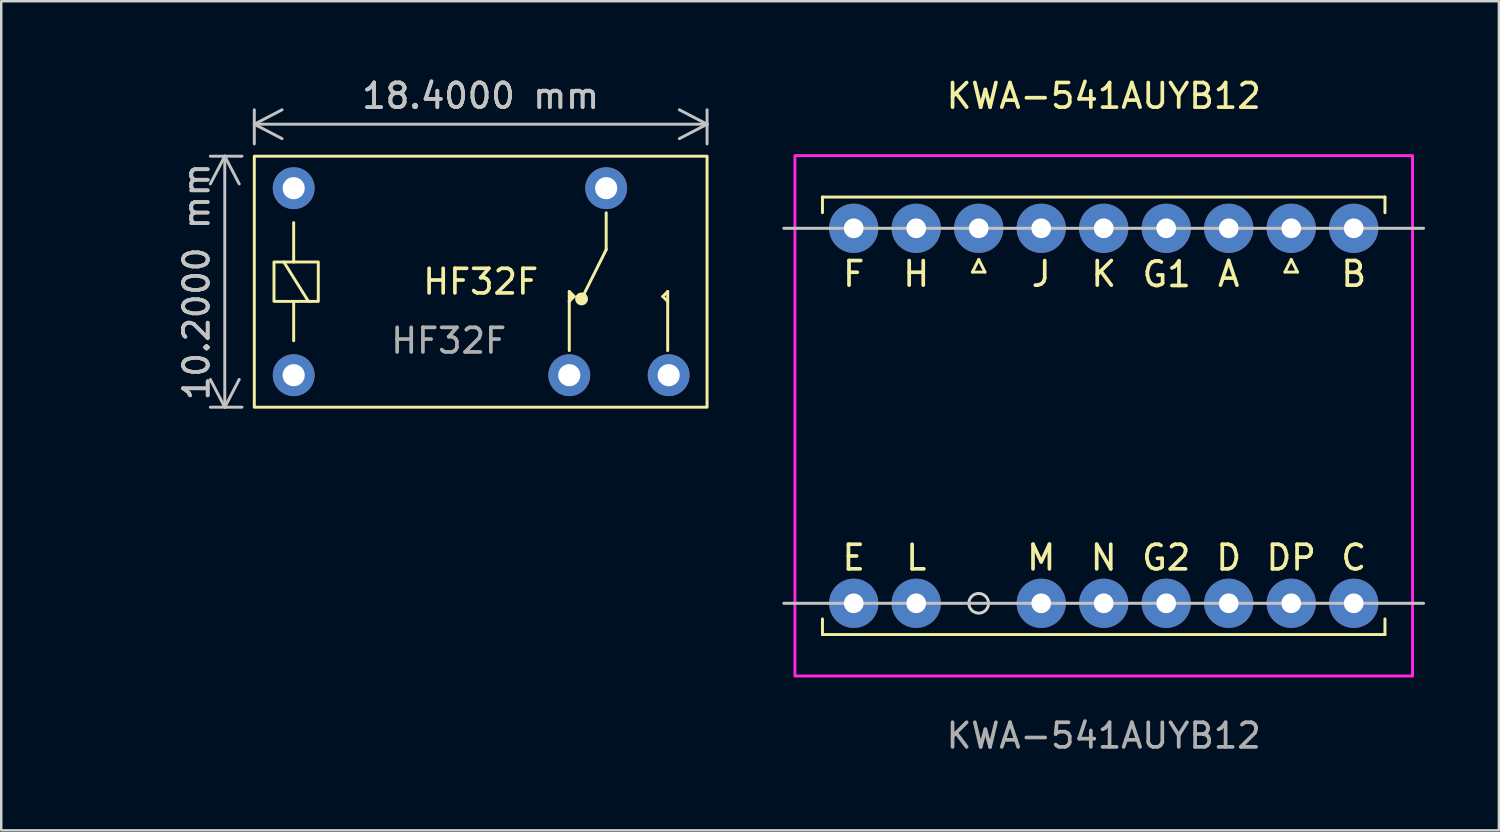
<source format=kicad_pcb>
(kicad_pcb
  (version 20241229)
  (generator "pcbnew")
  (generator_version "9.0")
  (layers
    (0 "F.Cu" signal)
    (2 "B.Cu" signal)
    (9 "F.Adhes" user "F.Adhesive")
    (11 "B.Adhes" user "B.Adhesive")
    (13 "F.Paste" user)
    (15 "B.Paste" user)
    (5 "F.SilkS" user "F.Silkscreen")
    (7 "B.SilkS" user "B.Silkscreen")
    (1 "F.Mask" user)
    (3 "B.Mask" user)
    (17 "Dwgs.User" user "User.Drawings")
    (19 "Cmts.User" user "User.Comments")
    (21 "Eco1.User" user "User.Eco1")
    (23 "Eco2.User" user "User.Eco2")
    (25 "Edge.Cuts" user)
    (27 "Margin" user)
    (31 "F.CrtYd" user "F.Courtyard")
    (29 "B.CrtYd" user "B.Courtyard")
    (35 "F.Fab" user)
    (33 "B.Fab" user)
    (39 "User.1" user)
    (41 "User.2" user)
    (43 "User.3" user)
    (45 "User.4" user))
  (footprint "HF32F"
    (layer "F.Cu")
    (at 16.485 8.398)
    (property "Reference" "HF32F" (at 0 0 0) (unlocked yes) (layer "F.SilkS") (effects (font (size 1 1) (thickness 0.15))))
    (attr through_hole)
    (fp_line (start -8 -0.8) (end -7 0.8) (stroke (width 0.12) (type default)) (layer "F.SilkS"))
    (fp_line (start -7.6 -2.4) (end -7.6 -0.8) (stroke (width 0.12) (type default)) (layer "F.SilkS"))
    (fp_line (start -7.6 0.8) (end -7.6 2.4) (stroke (width 0.12) (type default)) (layer "F.SilkS"))
    (fp_line (start 3.6 0.4) (end 3.8 0.6) (stroke (width 0.12) (type default)) (layer "F.SilkS"))
    (fp_line (start 3.6 0.8) (end 3.7 0.5) (stroke (width 0.12) (type default)) (layer "F.SilkS"))
    (fp_line (start 3.6 2.8) (end 3.6 0.4) (stroke (width 0.12) (type default)) (layer "F.SilkS"))
    (fp_line (start 3.8 0.6) (end 3.6 0.8) (stroke (width 0.12) (type default)) (layer "F.SilkS"))
    (fp_line (start 5.1 -2.8) (end 5.1 -1.3) (stroke (width 0.12) (type default)) (layer "F.SilkS"))
    (fp_line (start 5.1 -1.3) (end 4.1 0.7) (stroke (width 0.12) (type default)) (layer "F.SilkS"))
    (fp_line (start 7.4 0.6) (end 7.6 0.8) (stroke (width 0.12) (type default)) (layer "F.SilkS"))
    (fp_line (start 7.6 0.4) (end 7.4 0.6) (stroke (width 0.12) (type default)) (layer "F.SilkS"))
    (fp_line (start 7.6 2.8) (end 7.6 0.4) (stroke (width 0.12) (type default)) (layer "F.SilkS"))
    (fp_rect (start -9.2 5.1) (end 9.2 -5.1) (stroke (width 0.12) (type default)) (fill no) (layer "F.SilkS"))
    (fp_rect (start -8.4 -0.8) (end -6.6 0.8) (stroke (width 0.12) (type default)) (fill no) (layer "F.SilkS"))
    (fp_circle (center 4.1 0.7) (end 4.3 0.7) (stroke (width 0.12) (type solid)) (fill yes) (layer "F.SilkS"))
    (fp_text user "${REFERENCE}" (at -1.3 2.4 0) (unlocked yes) (layer "F.Fab") (effects (font (size 1 1) (thickness 0.15))))
    (dimension (type aligned) (layer "Dwgs.User") (pts (xy 25.685 3.298) (xy 7.285 3.298)) (height 1.3) (format (prefix "") (suffix "") (units 3) (units_format 1) (precision 4)) (style (thickness 0.12) (arrow_length 1.27) (text_position_mode 0) (arrow_direction outward) (extension_height 0.586) (extension_offset 0.5) (keep_text_aligned yes)) (gr_text "18.4000 mm" (at 16.485 0.848 0) (layer "Dwgs.User") (effects (font (size 1 1) (thickness 0.15)))))
    (dimension (type aligned) (layer "Dwgs.User") (pts (xy 7.285 3.298) (xy 7.285 13.498)) (height 1.2) (format (prefix "") (suffix "") (units 3) (units_format 1) (precision 4)) (style (thickness 0.12) (arrow_length 1.27) (text_position_mode 0) (arrow_direction outward) (extension_height 0.586) (extension_offset 0.5) (keep_text_aligned yes)) (gr_text "10.2000 mm" (at 4.935 8.398 90) (layer "Dwgs.User") (effects (font (size 1 1) (thickness 0.15)))))
    (pad "1" thru_hole circle (at 5.1 -3.8) (size 1.7 1.7) (drill 0.9) (layers "*.Cu" "*.Mask"))
    (pad "2" thru_hole circle (at 3.6 3.8) (size 1.7 1.7) (drill 0.9) (layers "*.Cu" "*.Mask"))
    (pad "3" thru_hole circle (at 7.64 3.8) (size 1.7 1.7) (drill 0.9) (layers "*.Cu" "*.Mask"))
    (pad "4" thru_hole circle (at -7.6 -3.8) (size 1.7 1.7) (drill 0.9) (layers "*.Cu" "*.Mask"))
    (pad "5" thru_hole circle (at -7.6 3.8) (size 1.7 1.7) (drill 0.9) (layers "*.Cu" "*.Mask")))
  (footprint "KWA-541AUYB12"
    (layer "F.Cu")
    (at 41.805 13.848)
    (property "Reference" "KWA-541AUYB12" (at 0 -13 0) (unlocked yes) (layer "F.SilkS") (effects (font (size 1 1) (thickness 0.15))))
    (attr through_hole)
    (fp_line (start -11.43 -8.89) (end 11.43 -8.89) (stroke (width 0.12) (type default)) (layer "F.SilkS"))
    (fp_line (start -11.43 -8.255) (end -11.43 -8.89) (stroke (width 0.12) (type default)) (layer "F.SilkS"))
    (fp_line (start -11.43 8.255) (end -11.43 8.89) (stroke (width 0.12) (type default)) (layer "F.SilkS"))
    (fp_line (start -11.43 8.89) (end 11.43 8.89) (stroke (width 0.12) (type default)) (layer "F.SilkS"))
    (fp_line (start -5.334 -5.842) (end -4.826 -5.842) (stroke (width 0.12) (type default)) (layer "F.SilkS"))
    (fp_line (start -5.08 -6.35) (end -5.334 -5.842) (stroke (width 0.12) (type default)) (layer "F.SilkS"))
    (fp_line (start -4.826 -5.842) (end -5.08 -6.35) (stroke (width 0.12) (type default)) (layer "F.SilkS"))
    (fp_line (start 7.366 -5.842) (end 7.874 -5.842) (stroke (width 0.12) (type default)) (layer "F.SilkS"))
    (fp_line (start 7.62 -6.35) (end 7.366 -5.842) (stroke (width 0.12) (type default)) (layer "F.SilkS"))
    (fp_line (start 7.874 -5.842) (end 7.62 -6.35) (stroke (width 0.12) (type default)) (layer "F.SilkS"))
    (fp_line (start 11.43 -8.89) (end 11.43 -8.255) (stroke (width 0.12) (type default)) (layer "F.SilkS"))
    (fp_line (start 11.43 8.89) (end 11.43 8.255) (stroke (width 0.12) (type default)) (layer "F.SilkS"))
    (fp_line (start -13 -7.62) (end 13 -7.62) (stroke (width 0.12) (type default)) (layer "Dwgs.User"))
    (fp_line (start 13 7.62) (end -13 7.62) (stroke (width 0.12) (type default)) (layer "Dwgs.User"))
    (fp_circle (center -5.08 7.62) (end -4.68 7.62) (stroke (width 0.12) (type default)) (fill no) (layer "Edge.Cuts"))
    (fp_rect (start -12.55 -10.575) (end 12.55 10.575) (stroke (width 0.12) (type default)) (fill no) (layer "F.CrtYd"))
    (fp_text user "L" (at -7.62 6.35 0) (unlocked yes) (layer "F.SilkS") (effects (font (size 1 1) (thickness 0.15)) (justify bottom)))
    (fp_text user "DP" (at 7.62 6.35 0) (unlocked yes) (layer "F.SilkS") (effects (font (size 1 1) (thickness 0.15)) (justify bottom)))
    (fp_text user "M" (at -2.54 6.35 0) (unlocked yes) (layer "F.SilkS") (effects (font (size 1 1) (thickness 0.15)) (justify bottom)))
    (fp_text user "E" (at -10.16 6.35 0) (unlocked yes) (layer "F.SilkS") (effects (font (size 1 1) (thickness 0.15)) (justify bottom)))
    (fp_text user "N" (at 0 6.35 0) (unlocked yes) (layer "F.SilkS") (effects (font (size 1 1) (thickness 0.15)) (justify bottom)))
    (fp_text user "F" (at -10.16 -6.35 0) (unlocked yes) (layer "F.SilkS") (effects (font (size 1 1) (thickness 0.15)) (justify top)))
    (fp_text user "B" (at 10.16 -6.35 0) (unlocked yes) (layer "F.SilkS") (effects (font (size 1 1) (thickness 0.15)) (justify top)))
    (fp_text user "H" (at -7.62 -6.35 0) (unlocked yes) (layer "F.SilkS") (effects (font (size 1 1) (thickness 0.15)) (justify top)))
    (fp_text user "J" (at -2.54 -6.35 0) (unlocked yes) (layer "F.SilkS") (effects (font (size 1 1) (thickness 0.15)) (justify top)))
    (fp_text user "G1" (at 2.559 -6.336 0) (unlocked yes) (layer "F.SilkS") (effects (font (size 1 1) (thickness 0.15)) (justify top)))
    (fp_text user "G2" (at 2.54 6.35 0) (unlocked yes) (layer "F.SilkS") (effects (font (size 1 1) (thickness 0.15)) (justify bottom)))
    (fp_text user "D" (at 5.08 6.35 0) (unlocked yes) (layer "F.SilkS") (effects (font (size 1 1) (thickness 0.15)) (justify bottom)))
    (fp_text user "A" (at 5.08 -6.35 0) (unlocked yes) (layer "F.SilkS") (effects (font (size 1 1) (thickness 0.15)) (justify top)))
    (fp_text user "C" (at 10.16 6.35 0) (unlocked yes) (layer "F.SilkS") (effects (font (size 1 1) (thickness 0.15)) (justify bottom)))
    (fp_text user "K" (at 0 -6.35 0) (unlocked yes) (layer "F.SilkS") (effects (font (size 1 1) (thickness 0.15)) (justify top)))
    (fp_text user "${REFERENCE}" (at 0 13 0) (unlocked yes) (layer "F.Fab") (effects (font (size 1 1) (thickness 0.15))))
    (pad "1" thru_hole circle (at -10.16 7.62) (size 2 2) (drill 0.8) (layers "*.Cu" "*.Mask"))
    (pad "2" thru_hole circle (at -7.62 7.62) (size 2 2) (drill 0.8) (layers "*.Cu" "*.Mask"))
    (pad "4" thru_hole circle (at -2.54 7.62) (size 2 2) (drill 0.8) (layers "*.Cu" "*.Mask"))
    (pad "5" thru_hole circle (at 0 7.62) (size 2 2) (drill 0.8) (layers "*.Cu" "*.Mask"))
    (pad "6" thru_hole circle (at 2.54 7.62) (size 2 2) (drill 0.8) (layers "*.Cu" "*.Mask"))
    (pad "7" thru_hole circle (at 5.08 7.62) (size 2 2) (drill 0.8) (layers "*.Cu" "*.Mask"))
    (pad "8" thru_hole circle (at 7.62 7.62) (size 2 2) (drill 0.8) (layers "*.Cu" "*.Mask"))
    (pad "9" thru_hole circle (at 10.16 7.62) (size 2 2) (drill 0.8) (layers "*.Cu" "*.Mask"))
    (pad "10" thru_hole circle (at 10.16 -7.62) (size 2 2) (drill 0.8) (layers "*.Cu" "*.Mask"))
    (pad "11" thru_hole circle (at 7.62 -7.62) (size 2 2) (drill 0.8) (layers "*.Cu" "*.Mask"))
    (pad "12" thru_hole circle (at 5.08 -7.62) (size 2 2) (drill 0.8) (layers "*.Cu" "*.Mask"))
    (pad "13" thru_hole circle (at 2.54 -7.62) (size 2 2) (drill 0.8) (layers "*.Cu" "*.Mask"))
    (pad "14" thru_hole circle (at 0 -7.62) (size 2 2) (drill 0.8) (layers "*.Cu" "*.Mask"))
    (pad "15" thru_hole circle (at -2.54 -7.62) (size 2 2) (drill 0.8) (layers "*.Cu" "*.Mask"))
    (pad "16" thru_hole circle (at -5.08 -7.62) (size 2 2) (drill 0.8) (layers "*.Cu" "*.Mask"))
    (pad "17" thru_hole circle (at -7.62 -7.62) (size 2 2) (drill 0.8) (layers "*.Cu" "*.Mask"))
    (pad "18" thru_hole circle (at -10.16 -7.62) (size 2 2) (drill 0.8) (layers "*.Cu" "*.Mask")))
  (gr_rect
    (start -3 -3)
    (end 57.865 30.697)
    (stroke (width 0.1) (type default))
    (fill no)
    (layer "Edge.Cuts")))
</source>
